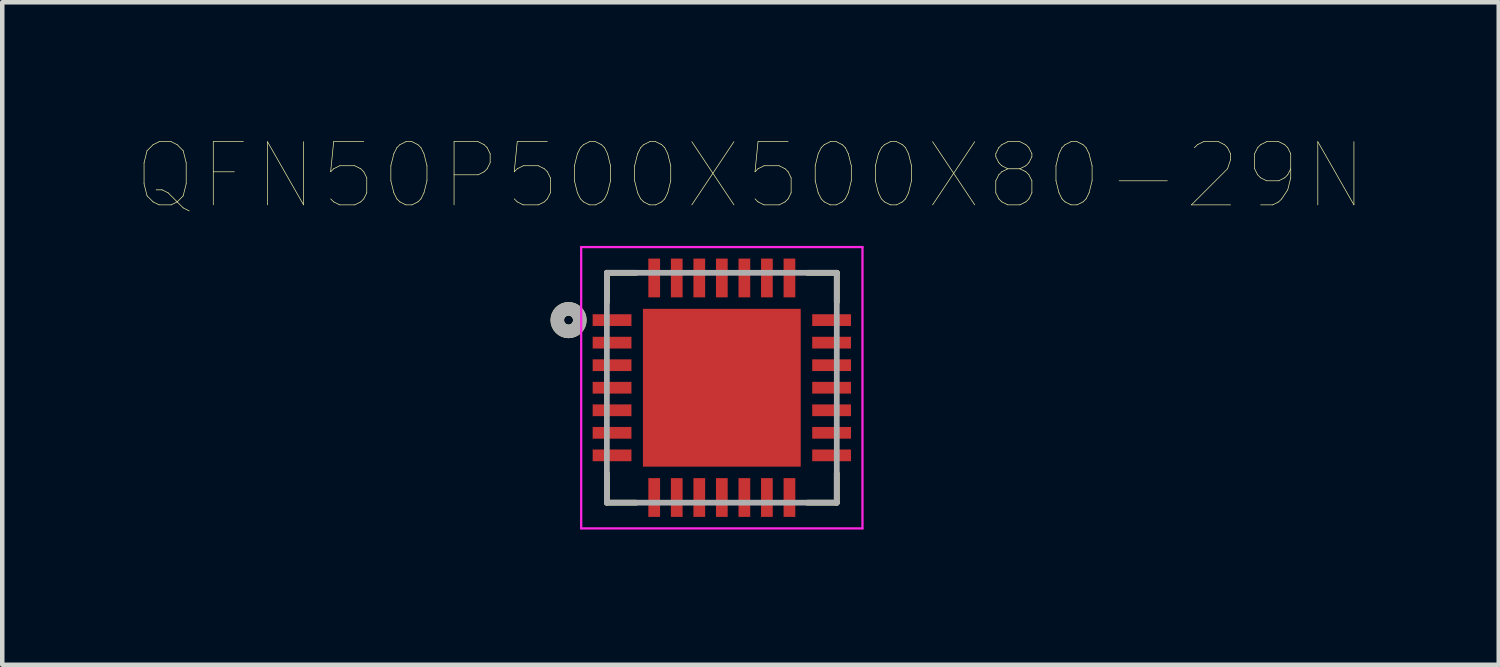
<source format=kicad_pcb>
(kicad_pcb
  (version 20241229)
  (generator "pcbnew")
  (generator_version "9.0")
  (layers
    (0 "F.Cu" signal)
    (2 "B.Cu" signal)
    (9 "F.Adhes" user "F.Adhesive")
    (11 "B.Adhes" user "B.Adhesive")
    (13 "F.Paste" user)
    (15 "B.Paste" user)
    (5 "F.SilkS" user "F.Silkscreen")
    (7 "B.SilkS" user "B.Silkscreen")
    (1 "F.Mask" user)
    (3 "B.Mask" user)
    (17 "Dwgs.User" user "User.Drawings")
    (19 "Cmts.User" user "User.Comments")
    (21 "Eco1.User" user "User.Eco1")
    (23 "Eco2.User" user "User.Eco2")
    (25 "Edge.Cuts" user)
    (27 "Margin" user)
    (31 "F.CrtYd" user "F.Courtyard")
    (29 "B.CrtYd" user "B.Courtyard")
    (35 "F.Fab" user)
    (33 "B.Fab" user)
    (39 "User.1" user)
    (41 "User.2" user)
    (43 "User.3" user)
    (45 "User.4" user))
  (footprint "QFN50P500X500X80-29N"
    (layer "F.Cu")
    (at 12.962 5.551)
    (property "Reference" "QFN50P500X500X80-29N" (at 0.636 -4.704 0) (layer "F.SilkS") (effects (font (size 1.402 1.402) (thickness 0.015))))
    (attr through_hole)
    (fp_line (start -2.55 -2.55) (end -2.55 -1.9) (stroke (width 0.127) (type solid)) (layer "F.SilkS"))
    (fp_line (start -2.55 1.9) (end -2.55 2.55) (stroke (width 0.127) (type solid)) (layer "F.SilkS"))
    (fp_line (start -2.55 2.55) (end -1.9 2.55) (stroke (width 0.127) (type solid)) (layer "F.SilkS"))
    (fp_line (start -1.9 -2.55) (end -2.55 -2.55) (stroke (width 0.127) (type solid)) (layer "F.SilkS"))
    (fp_line (start 1.9 -2.55) (end 2.55 -2.55) (stroke (width 0.127) (type solid)) (layer "F.SilkS"))
    (fp_line (start 1.9 2.55) (end 2.55 2.55) (stroke (width 0.127) (type solid)) (layer "F.SilkS"))
    (fp_line (start 2.55 -2.55) (end 2.55 -1.9) (stroke (width 0.127) (type solid)) (layer "F.SilkS"))
    (fp_line (start 2.55 2.55) (end 2.55 1.9) (stroke (width 0.127) (type solid)) (layer "F.SilkS"))
    (fp_circle (center -3.4 -1.5) (end -3.3 -1.5) (stroke (width 0.3) (type solid)) (fill no) (layer "F.SilkS"))
    (fp_poly (pts (xy -1.41 -1.41) (xy -0.17 -1.41) (xy -0.17 -0.17) (xy -1.41 -0.17)) (stroke (width 0.01) (type solid)) (fill yes) (layer "F.Paste"))
    (fp_poly (pts (xy -1.41 0.17) (xy -0.17 0.17) (xy -0.17 1.41) (xy -1.41 1.41)) (stroke (width 0.01) (type solid)) (fill yes) (layer "F.Paste"))
    (fp_poly (pts (xy 0.17 -1.41) (xy 1.41 -1.41) (xy 1.41 -0.17) (xy 0.17 -0.17)) (stroke (width 0.01) (type solid)) (fill yes) (layer "F.Paste"))
    (fp_poly (pts (xy 0.17 0.17) (xy 1.41 0.17) (xy 1.41 1.41) (xy 0.17 1.41)) (stroke (width 0.01) (type solid)) (fill yes) (layer "F.Paste"))
    (fp_line (start -3.12 -3.12) (end 3.12 -3.12) (stroke (width 0.05) (type solid)) (layer "F.CrtYd"))
    (fp_line (start -3.12 3.12) (end -3.12 -3.12) (stroke (width 0.05) (type solid)) (layer "F.CrtYd"))
    (fp_line (start 3.12 -3.12) (end 3.12 3.12) (stroke (width 0.05) (type solid)) (layer "F.CrtYd"))
    (fp_line (start 3.12 3.12) (end -3.12 3.12) (stroke (width 0.05) (type solid)) (layer "F.CrtYd"))
    (fp_line (start -2.55 -2.55) (end 2.55 -2.55) (stroke (width 0.127) (type solid)) (layer "F.Fab"))
    (fp_line (start -2.55 2.55) (end -2.55 -2.55) (stroke (width 0.127) (type solid)) (layer "F.Fab"))
    (fp_line (start 2.55 -2.55) (end 2.55 2.55) (stroke (width 0.127) (type solid)) (layer "F.Fab"))
    (fp_line (start 2.55 2.55) (end -2.55 2.55) (stroke (width 0.127) (type solid)) (layer "F.Fab"))
    (fp_circle (center -3.4 -1.5) (end -3.3 -1.5) (stroke (width 0.3) (type solid)) (fill no) (layer "F.Fab"))
    (pad "1" smd rect (at -2.435 -1.5) (size 0.86 0.26) (layers "F.Cu" "F.Mask" "F.Paste"))
    (pad "2" smd rect (at -2.435 -1) (size 0.86 0.26) (layers "F.Cu" "F.Mask" "F.Paste"))
    (pad "3" smd rect (at -2.435 -0.5) (size 0.86 0.26) (layers "F.Cu" "F.Mask" "F.Paste"))
    (pad "4" smd rect (at -2.435 0) (size 0.86 0.26) (layers "F.Cu" "F.Mask" "F.Paste"))
    (pad "5" smd rect (at -2.435 0.5) (size 0.86 0.26) (layers "F.Cu" "F.Mask" "F.Paste"))
    (pad "6" smd rect (at -2.435 1) (size 0.86 0.26) (layers "F.Cu" "F.Mask" "F.Paste"))
    (pad "7" smd rect (at -2.435 1.5) (size 0.86 0.26) (layers "F.Cu" "F.Mask" "F.Paste"))
    (pad "8" smd rect (at -1.5 2.435) (size 0.26 0.86) (layers "F.Cu" "F.Mask" "F.Paste"))
    (pad "9" smd rect (at -1 2.435) (size 0.26 0.86) (layers "F.Cu" "F.Mask" "F.Paste"))
    (pad "10" smd rect (at -0.5 2.435) (size 0.26 0.86) (layers "F.Cu" "F.Mask" "F.Paste"))
    (pad "11" smd rect (at 0 2.435) (size 0.26 0.86) (layers "F.Cu" "F.Mask" "F.Paste"))
    (pad "12" smd rect (at 0.5 2.435) (size 0.26 0.86) (layers "F.Cu" "F.Mask" "F.Paste"))
    (pad "13" smd rect (at 1 2.435) (size 0.26 0.86) (layers "F.Cu" "F.Mask" "F.Paste"))
    (pad "14" smd rect (at 1.5 2.435) (size 0.26 0.86) (layers "F.Cu" "F.Mask" "F.Paste"))
    (pad "15" smd rect (at 2.435 1.5) (size 0.86 0.26) (layers "F.Cu" "F.Mask" "F.Paste"))
    (pad "16" smd rect (at 2.435 1) (size 0.86 0.26) (layers "F.Cu" "F.Mask" "F.Paste"))
    (pad "17" smd rect (at 2.435 0.5) (size 0.86 0.26) (layers "F.Cu" "F.Mask" "F.Paste"))
    (pad "18" smd rect (at 2.435 0) (size 0.86 0.26) (layers "F.Cu" "F.Mask" "F.Paste"))
    (pad "19" smd rect (at 2.435 -0.5) (size 0.86 0.26) (layers "F.Cu" "F.Mask" "F.Paste"))
    (pad "20" smd rect (at 2.435 -1) (size 0.86 0.26) (layers "F.Cu" "F.Mask" "F.Paste"))
    (pad "21" smd rect (at 2.435 -1.5) (size 0.86 0.26) (layers "F.Cu" "F.Mask" "F.Paste"))
    (pad "22" smd rect (at 1.5 -2.435) (size 0.26 0.86) (layers "F.Cu" "F.Mask" "F.Paste"))
    (pad "23" smd rect (at 1 -2.435) (size 0.26 0.86) (layers "F.Cu" "F.Mask" "F.Paste"))
    (pad "24" smd rect (at 0.5 -2.435) (size 0.26 0.86) (layers "F.Cu" "F.Mask" "F.Paste"))
    (pad "25" smd rect (at 0 -2.435) (size 0.26 0.86) (layers "F.Cu" "F.Mask" "F.Paste"))
    (pad "26" smd rect (at -0.5 -2.435) (size 0.26 0.86) (layers "F.Cu" "F.Mask" "F.Paste"))
    (pad "27" smd rect (at -1 -2.435) (size 0.26 0.86) (layers "F.Cu" "F.Mask" "F.Paste"))
    (pad "28" smd rect (at -1.5 -2.435) (size 0.26 0.86) (layers "F.Cu" "F.Mask" "F.Paste"))
    (pad "29" smd rect (at 0 0) (size 3.5 3.5) (layers "F.Cu" "F.Mask")))
  (gr_rect
    (start -3 -3)
    (end 30.196 11.696)
    (stroke (width 0.1) (type default))
    (fill no)
    (layer "Edge.Cuts")))
</source>
